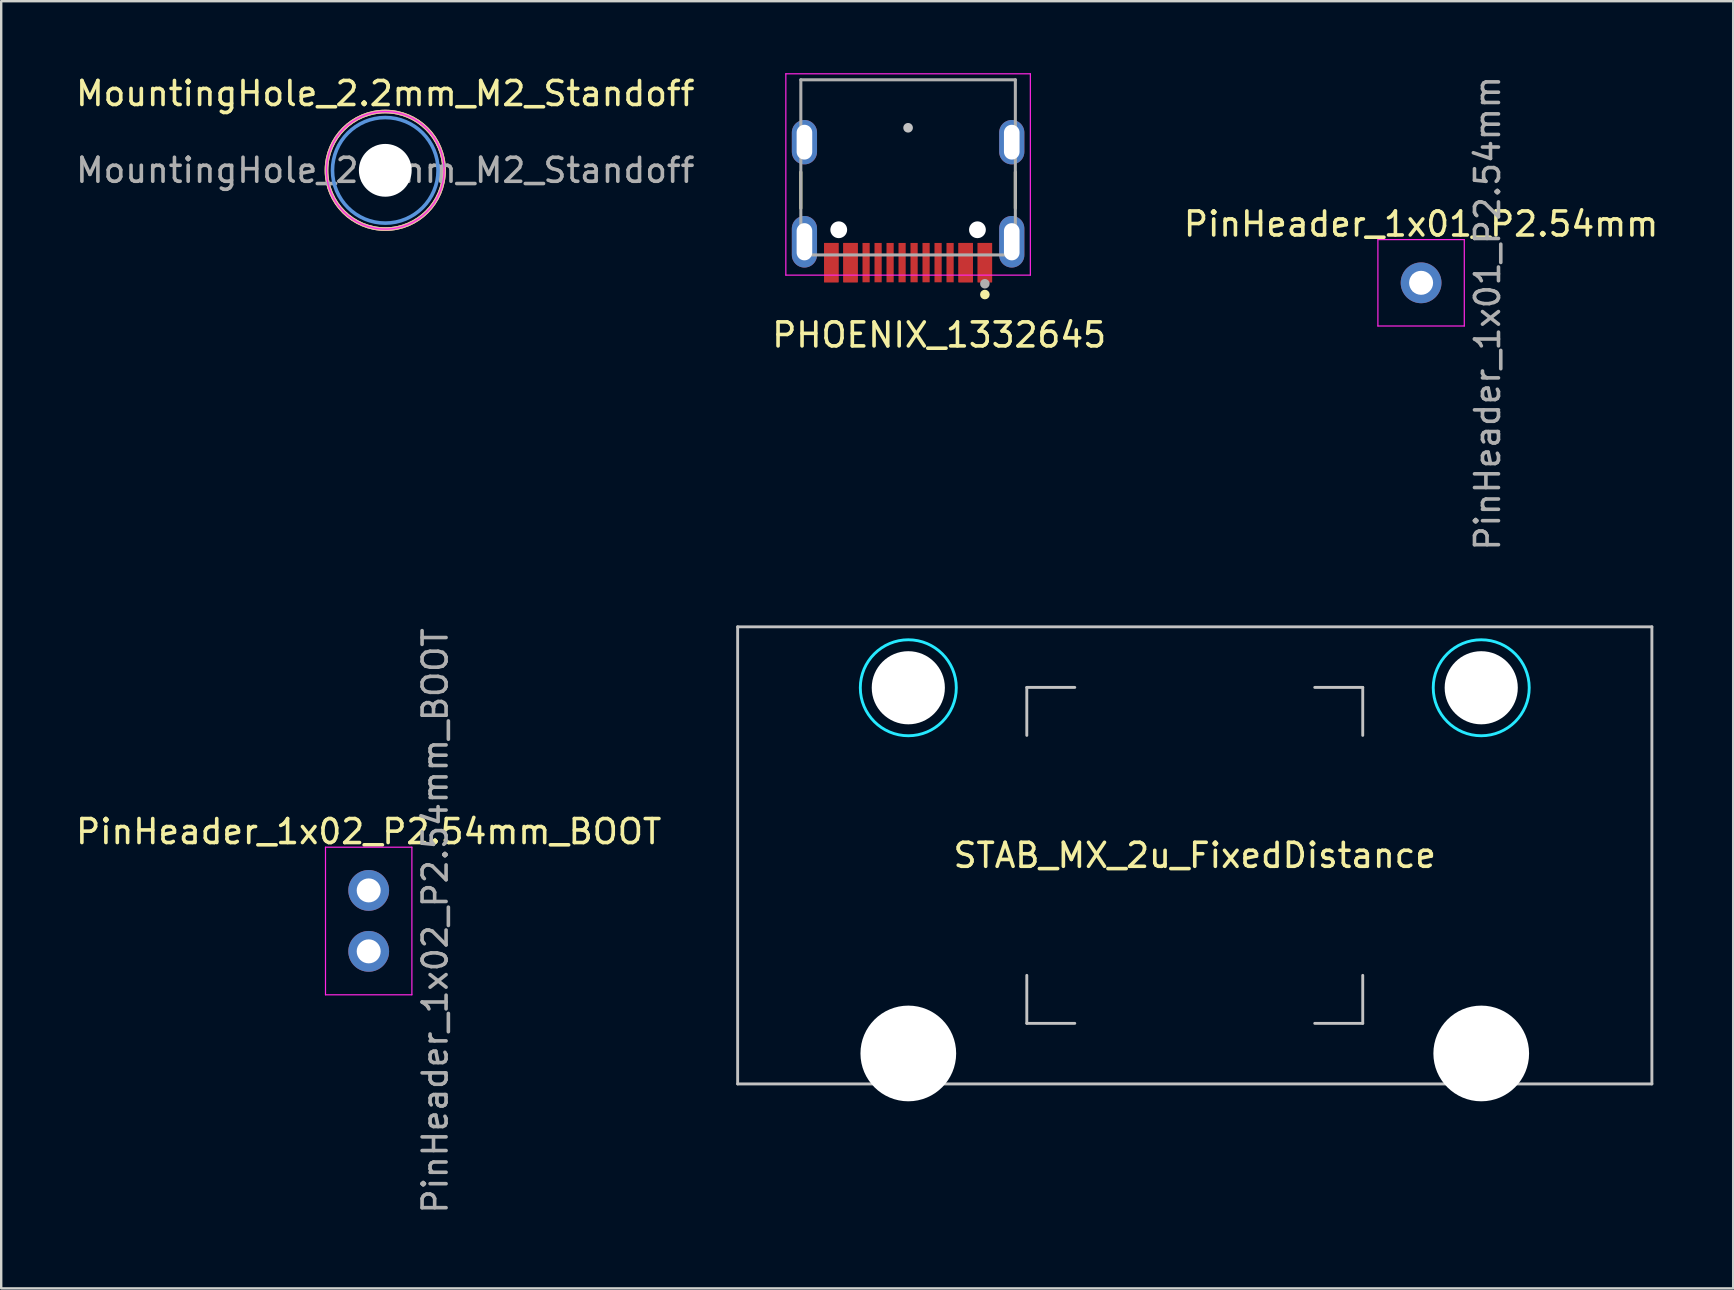
<source format=kicad_pcb>
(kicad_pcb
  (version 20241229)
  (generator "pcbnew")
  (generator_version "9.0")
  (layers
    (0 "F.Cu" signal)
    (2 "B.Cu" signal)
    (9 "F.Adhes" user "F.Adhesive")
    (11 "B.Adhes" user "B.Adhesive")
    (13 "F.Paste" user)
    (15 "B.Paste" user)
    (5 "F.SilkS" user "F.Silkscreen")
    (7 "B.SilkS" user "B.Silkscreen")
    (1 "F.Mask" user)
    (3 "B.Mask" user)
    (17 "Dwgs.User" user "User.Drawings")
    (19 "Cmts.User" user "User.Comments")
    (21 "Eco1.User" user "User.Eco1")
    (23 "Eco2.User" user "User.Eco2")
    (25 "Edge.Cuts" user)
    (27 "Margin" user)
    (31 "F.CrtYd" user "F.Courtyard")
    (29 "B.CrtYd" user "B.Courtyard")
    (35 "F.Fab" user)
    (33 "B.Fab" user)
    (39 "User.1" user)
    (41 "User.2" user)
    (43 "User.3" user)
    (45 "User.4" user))
  (footprint "PinHeader_1x01_P2.54mm"
    (layer "F.Cu")
    (at 56.173 8.736)
    (property "Reference" "PinHeader_1x01_P2.54mm" (at 0 -2.45 0) (layer "F.SilkS") (effects (font (size 1 1) (thickness 0.15))))
    (attr through_hole)
    (fp_line (start -1.8 -1.8) (end -1.8 1.8) (stroke (width 0.05) (type solid)) (layer "F.CrtYd"))
    (fp_line (start -1.8 1.8) (end 1.8 1.8) (stroke (width 0.05) (type solid)) (layer "F.CrtYd"))
    (fp_line (start 1.8 -1.8) (end -1.8 -1.8) (stroke (width 0.05) (type solid)) (layer "F.CrtYd"))
    (fp_line (start 1.8 1.8) (end 1.8 -1.8) (stroke (width 0.05) (type solid)) (layer "F.CrtYd"))
    (fp_line (start -0.32 -0.32) (end -0.32 0.32) (stroke (width 0.1) (type solid)) (layer "F.Fab"))
    (fp_text user "${REFERENCE}" (at 2.77 1.27 90) (layer "F.Fab") (effects (font (size 1 1) (thickness 0.15))))
    (pad "1" thru_hole circle (at 0 0) (size 1.7 1.7) (drill 1) (layers "*.Cu" "*.Mask")))
  (footprint "STAB_MX_2u_FixedDistance"
    (layer "F.Cu")
    (at 46.741 32.597)
    (property "Reference" "STAB_MX_2u_FixedDistance" (at 0 0 0) (layer "F.SilkS") (effects (font (size 1 1) (thickness 0.15))))
    (attr through_hole exclude_from_pos_files exclude_from_bom)
    (fp_line (start -19.05 -9.525) (end -19.05 9.525) (stroke (width 0.12) (type solid)) (layer "Dwgs.User"))
    (fp_line (start -19.05 -9.525) (end 19.05 -9.525) (stroke (width 0.12) (type solid)) (layer "Dwgs.User"))
    (fp_line (start -19.05 9.525) (end 19.05 9.525) (stroke (width 0.12) (type solid)) (layer "Dwgs.User"))
    (fp_line (start -7 -7) (end -5 -7) (stroke (width 0.12) (type solid)) (layer "Dwgs.User"))
    (fp_line (start -7 -5) (end -7 -7) (stroke (width 0.12) (type solid)) (layer "Dwgs.User"))
    (fp_line (start -7 7) (end -7 5) (stroke (width 0.12) (type solid)) (layer "Dwgs.User"))
    (fp_line (start -5 7) (end -7 7) (stroke (width 0.12) (type solid)) (layer "Dwgs.User"))
    (fp_line (start 5 -7) (end 7 -7) (stroke (width 0.12) (type solid)) (layer "Dwgs.User"))
    (fp_line (start 5 7) (end 7 7) (stroke (width 0.12) (type solid)) (layer "Dwgs.User"))
    (fp_line (start 7 -7) (end 7 -5) (stroke (width 0.12) (type solid)) (layer "Dwgs.User"))
    (fp_line (start 7 7) (end 7 5) (stroke (width 0.12) (type solid)) (layer "Dwgs.User"))
    (fp_line (start 19.05 -9.525) (end 19.05 9.525) (stroke (width 0.12) (type solid)) (layer "Dwgs.User"))
    (fp_line (start -15.281 -5.5) (end -15.281 7.5) (stroke (width 0.05) (type solid)) (layer "Eco2.User"))
    (fp_line (start -14.781 -6) (end -9.031 -6) (stroke (width 0.05) (type solid)) (layer "Eco2.User"))
    (fp_line (start -14.781 8) (end -9.031 8) (stroke (width 0.05) (type solid)) (layer "Eco2.User"))
    (fp_line (start -8.531 -5.5) (end -8.531 7.5) (stroke (width 0.05) (type solid)) (layer "Eco2.User"))
    (fp_line (start 8.531 -5.5) (end 8.531 7.5) (stroke (width 0.05) (type solid)) (layer "Eco2.User"))
    (fp_line (start 9.031 -6) (end 14.78 -6) (stroke (width 0.05) (type solid)) (layer "Eco2.User"))
    (fp_line (start 9.031 8) (end 14.781 8) (stroke (width 0.05) (type solid)) (layer "Eco2.User"))
    (fp_line (start 15.28 -5.5) (end 15.281 7.5) (stroke (width 0.05) (type solid)) (layer "Eco2.User"))
    (fp_arc (start -15.28125 -5.499999) (mid -15.134803 -5.853552) (end -14.78125 -5.999999) (stroke (width 0.05) (type solid)) (layer "Eco2.User"))
    (fp_arc (start -14.78125 8.000001) (mid -15.134803 7.853554) (end -15.28125 7.500001) (stroke (width 0.05) (type solid)) (layer "Eco2.User"))
    (fp_arc (start -9.03125 -5.999999) (mid -8.677697 -5.853552) (end -8.53125 -5.499999) (stroke (width 0.05) (type solid)) (layer "Eco2.User"))
    (fp_arc (start -8.53125 7.500001) (mid -8.677697 7.853554) (end -9.03125 8.000001) (stroke (width 0.05) (type solid)) (layer "Eco2.User"))
    (fp_arc (start 8.53125 -5.499999) (mid 8.677697 -5.853552) (end 9.03125 -5.999999) (stroke (width 0.05) (type solid)) (layer "Eco2.User"))
    (fp_arc (start 9.03125 8.000001) (mid 8.677697 7.853554) (end 8.53125 7.500001) (stroke (width 0.05) (type solid)) (layer "Eco2.User"))
    (fp_arc (start 14.780039 -5.999999) (mid 15.133592 -5.853552) (end 15.280039 -5.499999) (stroke (width 0.05) (type solid)) (layer "Eco2.User"))
    (fp_arc (start 15.28125 7.500001) (mid 15.134803 7.853554) (end 14.78125 8.000001) (stroke (width 0.05) (type solid)) (layer "Eco2.User"))
    (fp_circle (center -11.938 -6.985) (end -9.938 -6.985) (stroke (width 0.12) (type solid)) (fill no) (layer "B.CrtYd"))
    (fp_circle (center 11.938 -6.985) (end 13.938 -6.985) (stroke (width 0.12) (type solid)) (fill no) (layer "B.CrtYd"))
    (pad "" np_thru_hole circle (at -11.938 -6.985) (size 3.048 3.048) (drill 3.048) (layers "*.Cu" "*.Mask"))
    (pad "" np_thru_hole circle (at -11.938 8.255) (size 3.988 3.988) (drill 3.988) (layers "*.Cu" "*.Mask"))
    (pad "" np_thru_hole circle (at 11.938 -6.985) (size 3.048 3.048) (drill 3.048) (layers "*.Cu" "*.Mask"))
    (pad "" np_thru_hole circle (at 11.938 8.255) (size 3.988 3.988) (drill 3.988) (layers "*.Cu" "*.Mask")))
  (footprint "PHOENIX_1332645"
    (layer "F.Cu")
    (at 34.794 2.275)
    (property "Reference" "PHOENIX_1332645" (at 1.295 8.635 180) (layer "F.SilkS") (effects (font (size 1 1) (thickness 0.15))))
    (attr smd)
    (fp_line (start -4.47 1.845) (end -4.47 3.355) (stroke (width 0.127) (type solid)) (layer "F.SilkS"))
    (fp_line (start 4.47 1.845) (end 4.47 3.355) (stroke (width 0.127) (type solid)) (layer "F.SilkS"))
    (fp_circle (center 3.2 6.95) (end 3.1 6.95) (stroke (width 0.2) (type solid)) (fill no) (layer "F.SilkS"))
    (fp_line (start 0 0) (end 0 0) (stroke (width 0.4) (type default)) (layer "Dwgs.User"))
    (fp_line (start -5.095 -2.25) (end -5.095 6.14) (stroke (width 0.05) (type solid)) (layer "F.CrtYd"))
    (fp_line (start -5.095 6.14) (end 5.095 6.14) (stroke (width 0.05) (type solid)) (layer "F.CrtYd"))
    (fp_line (start 5.095 -2.25) (end -5.095 -2.25) (stroke (width 0.05) (type solid)) (layer "F.CrtYd"))
    (fp_line (start 5.095 6.14) (end 5.095 -2.25) (stroke (width 0.05) (type solid)) (layer "F.CrtYd"))
    (fp_line (start -4.47 -2) (end 4.47 -2) (stroke (width 0.127) (type solid)) (layer "F.Fab"))
    (fp_line (start -4.47 5.3) (end -4.47 -2) (stroke (width 0.127) (type solid)) (layer "F.Fab"))
    (fp_line (start 4.47 -2) (end 4.47 5.3) (stroke (width 0.127) (type solid)) (layer "F.Fab"))
    (fp_line (start 4.47 5.3) (end -4.47 5.3) (stroke (width 0.127) (type solid)) (layer "F.Fab"))
    (fp_circle (center 3.2 6.5) (end 3.1 6.5) (stroke (width 0.2) (type solid)) (fill no) (layer "F.Fab"))
    (pad "" np_thru_hole circle (at -2.89 4.25 180) (size 0.7 0.7) (drill 0.7) (layers "*.Cu" "*.Mask"))
    (pad "" np_thru_hole circle (at 2.89 4.25 180) (size 0.7 0.7) (drill 0.7) (layers "*.Cu" "*.Mask"))
    (pad "A1" smd rect (at 3.2 5.62 180) (size 0.6 1.64) (layers "F.Cu" "F.Mask" "F.Paste"))
    (pad "A4" smd rect (at 2.4 5.62 180) (size 0.6 1.64) (layers "F.Cu" "F.Mask" "F.Paste"))
    (pad "A5" smd rect (at 1.25 5.62 180) (size 0.3 1.64) (layers "F.Cu" "F.Mask" "F.Paste"))
    (pad "A6" smd rect (at 0.25 5.62 180) (size 0.3 1.64) (layers "F.Cu" "F.Mask" "F.Paste"))
    (pad "A7" smd rect (at -0.25 5.62 180) (size 0.3 1.64) (layers "F.Cu" "F.Mask" "F.Paste"))
    (pad "A8" smd rect (at -1.25 5.62 180) (size 0.3 1.64) (layers "F.Cu" "F.Mask" "F.Paste"))
    (pad "A9" smd rect (at -2.4 5.62 180) (size 0.6 1.64) (layers "F.Cu" "F.Mask" "F.Paste"))
    (pad "A12" smd rect (at -3.2 5.62 180) (size 0.6 1.64) (layers "F.Cu" "F.Mask" "F.Paste"))
    (pad "B1" smd rect (at -3.2 5.62 180) (size 0.6 1.64) (layers "F.Cu" "F.Mask" "F.Paste"))
    (pad "B4" smd rect (at -2.4 5.62 180) (size 0.6 1.64) (layers "F.Cu" "F.Mask" "F.Paste"))
    (pad "B5" smd rect (at -1.75 5.62 180) (size 0.3 1.64) (layers "F.Cu" "F.Mask" "F.Paste"))
    (pad "B6" smd rect (at -0.75 5.62 180) (size 0.3 1.64) (layers "F.Cu" "F.Mask" "F.Paste"))
    (pad "B7" smd rect (at 0.75 5.62 180) (size 0.3 1.64) (layers "F.Cu" "F.Mask" "F.Paste"))
    (pad "B8" smd rect (at 1.75 5.62 180) (size 0.3 1.64) (layers "F.Cu" "F.Mask" "F.Paste"))
    (pad "B9" smd rect (at 2.4 5.62 180) (size 0.6 1.64) (layers "F.Cu" "F.Mask" "F.Paste"))
    (pad "B12" smd rect (at 3.2 5.62 180) (size 0.6 1.64) (layers "F.Cu" "F.Mask" "F.Paste"))
    (pad "S1" thru_hole oval (at -4.32 0.6 180) (size 1.05 1.85) (drill oval 0.65 1.45) (layers "*.Cu" "*.Mask"))
    (pad "S1" thru_hole oval (at -4.32 4.75 180) (size 1.05 2.15) (drill oval 0.65 1.55) (layers "*.Cu" "*.Mask"))
    (pad "S1" thru_hole oval (at 4.32 0.6 180) (size 1.05 1.85) (drill oval 0.65 1.45) (layers "*.Cu" "*.Mask"))
    (pad "S1" thru_hole oval (at 4.32 4.75 180) (size 1.05 2.15) (drill oval 0.65 1.55) (layers "*.Cu" "*.Mask")))
  (footprint "PinHeader_1x02_P2.54mm_BOOT"
    (layer "F.Cu")
    (at 12.315 34.057)
    (property "Reference" "PinHeader_1x02_P2.54mm_BOOT" (at 0 -2.45 0) (layer "F.SilkS") (effects (font (size 1 1) (thickness 0.15))))
    (attr through_hole)
    (fp_line (start -1.8 -1.8) (end -1.8 4.35) (stroke (width 0.05) (type solid)) (layer "F.CrtYd"))
    (fp_line (start -1.8 4.35) (end 1.8 4.35) (stroke (width 0.05) (type solid)) (layer "F.CrtYd"))
    (fp_line (start 1.8 -1.8) (end -1.8 -1.8) (stroke (width 0.05) (type solid)) (layer "F.CrtYd"))
    (fp_line (start 1.8 4.35) (end 1.8 -1.8) (stroke (width 0.05) (type solid)) (layer "F.CrtYd"))
    (fp_line (start -0.32 -0.32) (end -0.32 0.32) (stroke (width 0.1) (type solid)) (layer "F.Fab"))
    (fp_text user "${REFERENCE}" (at 2.77 1.27 90) (layer "F.Fab") (effects (font (size 1 1) (thickness 0.15))))
    (pad "1" thru_hole circle (at 0 0) (size 1.7 1.7) (drill 1) (layers "*.Cu" "*.Mask"))
    (pad "2" thru_hole oval (at 0 2.54) (size 1.7 1.7) (drill 1) (layers "*.Cu" "*.Mask")))
  (footprint "MountingHole_2.2mm_M2_Standoff"
    (layer "F.Cu")
    (at 13.006 4.048)
    (property "Reference" "MountingHole_2.2mm_M2_Standoff" (at 0 -3.2 0) (layer "F.SilkS") (effects (font (size 1 1) (thickness 0.15))))
    (attr exclude_from_pos_files exclude_from_bom)
    (fp_circle (center 0 0) (end 2.45 0) (stroke (width 0.15) (type solid)) (fill no) (layer "F.SilkS"))
    (fp_circle (center 0 0) (end 2.45 0) (stroke (width 0.15) (type solid)) (fill no) (layer "B.SilkS"))
    (fp_circle (center 0 0) (end 2.2 0) (stroke (width 0.15) (type solid)) (fill no) (layer "Cmts.User"))
    (fp_circle (center 0 0) (end 2.45 0) (stroke (width 0.05) (type solid)) (fill no) (layer "F.CrtYd"))
    (fp_text user "${REFERENCE}" (at 0 0 0) (layer "F.Fab") (effects (font (size 1 1) (thickness 0.15))))
    (pad "" np_thru_hole circle (at 0 0) (size 2.2 2.2) (drill 2.2) (layers "*.Cu" "*.Mask")))
  (gr_rect
    (start -3 -3)
    (end 69.179 50.643)
    (stroke (width 0.1) (type default))
    (fill no)
    (layer "Edge.Cuts")))
</source>
